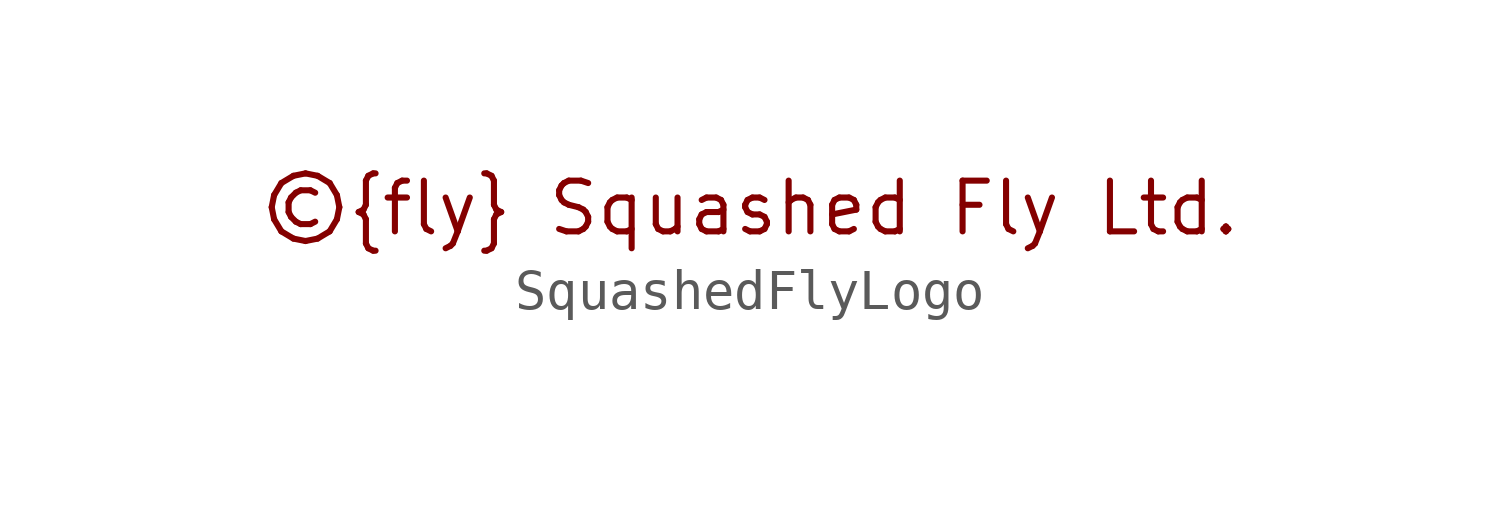
<source format=kicad_sym>
(kicad_symbol_lib
  (version 20241209)
  (generator "kicad_symbol_editor")
  (generator_version "9.0")
  (symbol "SquashedFlyLogo"
    (pin_numbers
      (hide yes))
    (pin_names
      (offset 0)
      (hide yes))
    (property "Reference" "Logo"
      (at 0 2.54 0)
      (effects (font (size 1.27 1.27)) (hide yes)))
    (symbol "SquashedFlyLogo_0_0"
      (text "©{fly} Squashed Fly Ltd." (at 0 0 0) (effects (font (size 1.27 1.27)))))))
</source>
